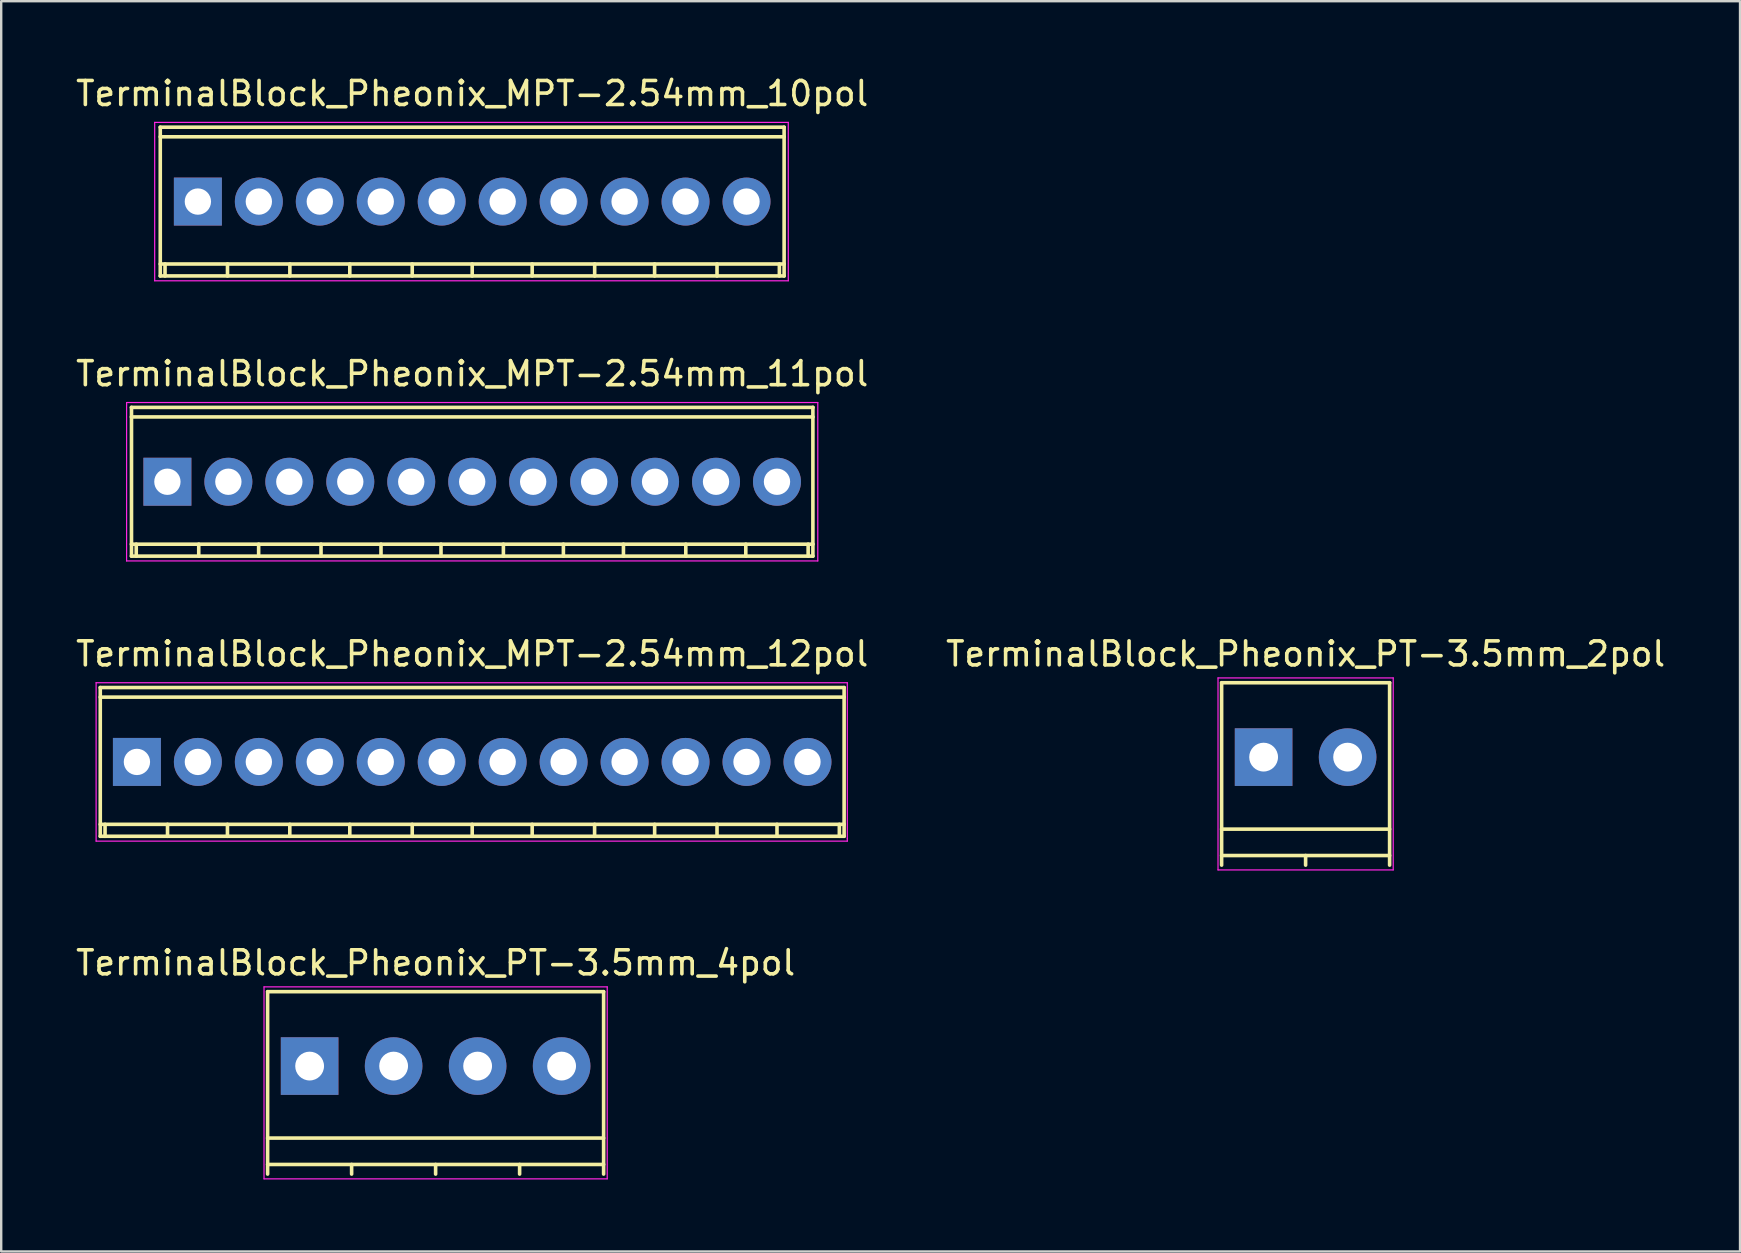
<source format=kicad_pcb>
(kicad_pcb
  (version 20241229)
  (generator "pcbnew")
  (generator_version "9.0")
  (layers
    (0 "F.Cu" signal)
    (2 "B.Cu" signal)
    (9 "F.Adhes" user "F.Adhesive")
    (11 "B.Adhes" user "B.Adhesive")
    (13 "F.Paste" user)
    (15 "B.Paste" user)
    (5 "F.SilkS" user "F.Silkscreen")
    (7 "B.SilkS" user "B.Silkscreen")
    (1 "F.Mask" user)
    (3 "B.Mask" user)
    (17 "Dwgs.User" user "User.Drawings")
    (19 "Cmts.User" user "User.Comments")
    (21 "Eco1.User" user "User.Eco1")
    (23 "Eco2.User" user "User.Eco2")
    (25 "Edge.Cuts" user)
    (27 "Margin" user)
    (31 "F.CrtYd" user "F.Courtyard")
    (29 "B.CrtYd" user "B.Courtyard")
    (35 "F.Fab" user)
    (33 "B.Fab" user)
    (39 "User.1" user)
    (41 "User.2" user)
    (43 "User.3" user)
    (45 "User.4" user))
  (footprint "TerminalBlock_Pheonix_MPT-2.54mm_12pol"
    (layer "F.Cu")
    (at 2.655 28.697)
    (property "Reference" "TerminalBlock_Pheonix_MPT-2.54mm_12pol" (at 13.97 -4.501 0) (layer "F.SilkS") (effects (font (size 1 1) (thickness 0.15))))
    (attr through_hole)
    (fp_line (start -1.529 -3.099) (end 29.469 -3.099) (stroke (width 0.15) (type solid)) (layer "F.SilkS"))
    (fp_line (start -1.529 2.601) (end 29.469 2.601) (stroke (width 0.15) (type solid)) (layer "F.SilkS"))
    (fp_line (start -1.527 -3.099) (end -1.527 3.099) (stroke (width 0.15) (type solid)) (layer "F.SilkS"))
    (fp_line (start -1.328 3.099) (end -1.328 2.601) (stroke (width 0.15) (type solid)) (layer "F.SilkS"))
    (fp_line (start 1.275 3.099) (end 1.275 2.601) (stroke (width 0.15) (type solid)) (layer "F.SilkS"))
    (fp_line (start 3.772 2.601) (end 3.772 3.099) (stroke (width 0.15) (type solid)) (layer "F.SilkS"))
    (fp_line (start 6.37 2.601) (end 6.37 3.099) (stroke (width 0.15) (type solid)) (layer "F.SilkS"))
    (fp_line (start 8.87 2.601) (end 8.87 3.099) (stroke (width 0.15) (type solid)) (layer "F.SilkS"))
    (fp_line (start 11.471 2.601) (end 11.471 3.099) (stroke (width 0.15) (type solid)) (layer "F.SilkS"))
    (fp_line (start 13.97 2.601) (end 13.97 3.099) (stroke (width 0.15) (type solid)) (layer "F.SilkS"))
    (fp_line (start 16.469 2.601) (end 16.469 3.099) (stroke (width 0.15) (type solid)) (layer "F.SilkS"))
    (fp_line (start 19.07 2.601) (end 19.07 3.099) (stroke (width 0.15) (type solid)) (layer "F.SilkS"))
    (fp_line (start 21.572 2.601) (end 21.572 3.099) (stroke (width 0.15) (type solid)) (layer "F.SilkS"))
    (fp_line (start 24.171 2.601) (end 24.171 3.099) (stroke (width 0.15) (type solid)) (layer "F.SilkS"))
    (fp_line (start 26.67 2.601) (end 26.67 3.099) (stroke (width 0.15) (type solid)) (layer "F.SilkS"))
    (fp_line (start 29.268 2.601) (end 29.268 3.099) (stroke (width 0.15) (type solid)) (layer "F.SilkS"))
    (fp_line (start 29.467 3.099) (end 29.467 -3.099) (stroke (width 0.15) (type solid)) (layer "F.SilkS"))
    (fp_line (start 29.469 -2.7) (end -1.529 -2.7) (stroke (width 0.15) (type solid)) (layer "F.SilkS"))
    (fp_line (start 29.469 3.099) (end -1.529 3.099) (stroke (width 0.15) (type solid)) (layer "F.SilkS"))
    (fp_line (start -1.7 -3.3) (end 29.6 -3.3) (stroke (width 0.05) (type solid)) (layer "F.CrtYd"))
    (fp_line (start -1.7 3.3) (end -1.7 -3.3) (stroke (width 0.05) (type solid)) (layer "F.CrtYd"))
    (fp_line (start 29.6 -3.3) (end 29.6 3.2) (stroke (width 0.05) (type solid)) (layer "F.CrtYd"))
    (fp_line (start 29.6 3.2) (end 29.6 3.3) (stroke (width 0.05) (type solid)) (layer "F.CrtYd"))
    (fp_line (start 29.6 3.3) (end -1.7 3.3) (stroke (width 0.05) (type solid)) (layer "F.CrtYd"))
    (pad "1" thru_hole rect (at 0 0 180) (size 1.999 1.999) (drill 1.097) (layers "*.Cu" "*.Mask"))
    (pad "2" thru_hole oval (at 2.54 0 180) (size 1.999 1.999) (drill 1.097) (layers "*.Cu" "*.Mask"))
    (pad "3" thru_hole oval (at 5.08 0 180) (size 1.999 1.999) (drill 1.097) (layers "*.Cu" "*.Mask"))
    (pad "4" thru_hole oval (at 7.62 0 180) (size 1.999 1.999) (drill 1.097) (layers "*.Cu" "*.Mask"))
    (pad "5" thru_hole oval (at 10.16 0 180) (size 1.999 1.999) (drill 1.097) (layers "*.Cu" "*.Mask"))
    (pad "6" thru_hole oval (at 12.7 0 180) (size 1.999 1.999) (drill 1.097) (layers "*.Cu" "*.Mask"))
    (pad "7" thru_hole oval (at 15.24 0 180) (size 1.999 1.999) (drill 1.097) (layers "*.Cu" "*.Mask"))
    (pad "8" thru_hole oval (at 17.78 0 180) (size 1.999 1.999) (drill 1.097) (layers "*.Cu" "*.Mask"))
    (pad "9" thru_hole oval (at 20.32 0 180) (size 1.999 1.999) (drill 1.097) (layers "*.Cu" "*.Mask"))
    (pad "10" thru_hole oval (at 22.86 0 180) (size 1.999 1.999) (drill 1.097) (layers "*.Cu" "*.Mask"))
    (pad "11" thru_hole oval (at 25.4 0 180) (size 1.999 1.999) (drill 1.097) (layers "*.Cu" "*.Mask"))
    (pad "12" thru_hole oval (at 27.94 0 180) (size 1.999 1.999) (drill 1.097) (layers "*.Cu" "*.Mask")))
  (footprint "TerminalBlock_Pheonix_MPT-2.54mm_11pol"
    (layer "F.Cu")
    (at 3.925 17.023)
    (property "Reference" "TerminalBlock_Pheonix_MPT-2.54mm_11pol" (at 12.7 -4.501 0) (layer "F.SilkS") (effects (font (size 1 1) (thickness 0.15))))
    (attr through_hole)
    (fp_line (start -1.501 -3.099) (end 26.901 -3.099) (stroke (width 0.15) (type solid)) (layer "F.SilkS"))
    (fp_line (start -1.501 3.099) (end 26.901 3.099) (stroke (width 0.15) (type solid)) (layer "F.SilkS"))
    (fp_line (start -1.496 -3.099) (end -1.496 3.099) (stroke (width 0.15) (type solid)) (layer "F.SilkS"))
    (fp_line (start -1.298 3.099) (end -1.298 2.601) (stroke (width 0.15) (type solid)) (layer "F.SilkS"))
    (fp_line (start 1.306 3.099) (end 1.306 2.601) (stroke (width 0.15) (type solid)) (layer "F.SilkS"))
    (fp_line (start 3.802 2.601) (end 3.802 3.099) (stroke (width 0.15) (type solid)) (layer "F.SilkS"))
    (fp_line (start 6.401 2.601) (end 6.401 3.099) (stroke (width 0.15) (type solid)) (layer "F.SilkS"))
    (fp_line (start 8.9 2.601) (end 8.9 3.099) (stroke (width 0.15) (type solid)) (layer "F.SilkS"))
    (fp_line (start 11.4 2.601) (end 11.4 3.099) (stroke (width 0.15) (type solid)) (layer "F.SilkS"))
    (fp_line (start 14 2.601) (end 14 3.099) (stroke (width 0.15) (type solid)) (layer "F.SilkS"))
    (fp_line (start 16.5 2.601) (end 16.5 3.099) (stroke (width 0.15) (type solid)) (layer "F.SilkS"))
    (fp_line (start 19.002 2.601) (end 19.002 3.099) (stroke (width 0.15) (type solid)) (layer "F.SilkS"))
    (fp_line (start 21.6 2.601) (end 21.6 3.099) (stroke (width 0.15) (type solid)) (layer "F.SilkS"))
    (fp_line (start 24.1 2.601) (end 24.1 3.099) (stroke (width 0.15) (type solid)) (layer "F.SilkS"))
    (fp_line (start 26.698 2.601) (end 26.698 3.099) (stroke (width 0.15) (type solid)) (layer "F.SilkS"))
    (fp_line (start 26.896 3.099) (end 26.896 -3.099) (stroke (width 0.15) (type solid)) (layer "F.SilkS"))
    (fp_line (start 26.901 -2.7) (end -1.501 -2.7) (stroke (width 0.15) (type solid)) (layer "F.SilkS"))
    (fp_line (start 26.901 2.601) (end -1.501 2.601) (stroke (width 0.15) (type solid)) (layer "F.SilkS"))
    (fp_line (start -1.7 -3.3) (end 27.1 -3.3) (stroke (width 0.05) (type solid)) (layer "F.CrtYd"))
    (fp_line (start -1.7 -3.2) (end -1.7 -3.3) (stroke (width 0.05) (type solid)) (layer "F.CrtYd"))
    (fp_line (start -1.7 3.3) (end -1.7 -3.2) (stroke (width 0.05) (type solid)) (layer "F.CrtYd"))
    (fp_line (start 27.1 -3.3) (end 27.1 3.3) (stroke (width 0.05) (type solid)) (layer "F.CrtYd"))
    (fp_line (start 27.1 3.3) (end -1.7 3.3) (stroke (width 0.05) (type solid)) (layer "F.CrtYd"))
    (pad "1" thru_hole rect (at 0 0 180) (size 1.999 1.999) (drill 1.097) (layers "*.Cu" "*.Mask"))
    (pad "2" thru_hole oval (at 2.54 0 180) (size 1.999 1.999) (drill 1.097) (layers "*.Cu" "*.Mask"))
    (pad "3" thru_hole oval (at 5.08 0 180) (size 1.999 1.999) (drill 1.097) (layers "*.Cu" "*.Mask"))
    (pad "4" thru_hole oval (at 7.62 0 180) (size 1.999 1.999) (drill 1.097) (layers "*.Cu" "*.Mask"))
    (pad "5" thru_hole oval (at 10.16 0 180) (size 1.999 1.999) (drill 1.097) (layers "*.Cu" "*.Mask"))
    (pad "6" thru_hole oval (at 12.7 0 180) (size 1.999 1.999) (drill 1.097) (layers "*.Cu" "*.Mask"))
    (pad "7" thru_hole oval (at 15.24 0 180) (size 1.999 1.999) (drill 1.097) (layers "*.Cu" "*.Mask"))
    (pad "8" thru_hole oval (at 17.78 0 180) (size 1.999 1.999) (drill 1.097) (layers "*.Cu" "*.Mask"))
    (pad "9" thru_hole oval (at 20.32 0 180) (size 1.999 1.999) (drill 1.097) (layers "*.Cu" "*.Mask"))
    (pad "10" thru_hole oval (at 22.86 0 180) (size 1.999 1.999) (drill 1.097) (layers "*.Cu" "*.Mask"))
    (pad "11" thru_hole oval (at 25.4 0 180) (size 1.999 1.999) (drill 1.097) (layers "*.Cu" "*.Mask")))
  (footprint "TerminalBlock_Pheonix_MPT-2.54mm_10pol"
    (layer "F.Cu")
    (at 5.195 5.349)
    (property "Reference" "TerminalBlock_Pheonix_MPT-2.54mm_10pol" (at 11.43 -4.501 0) (layer "F.SilkS") (effects (font (size 1 1) (thickness 0.15))))
    (attr through_hole)
    (fp_line (start -1.57 -3.099) (end 24.43 -3.099) (stroke (width 0.15) (type solid)) (layer "F.SilkS"))
    (fp_line (start -1.57 3.099) (end 24.43 3.099) (stroke (width 0.15) (type solid)) (layer "F.SilkS"))
    (fp_line (start -1.567 -3.099) (end -1.567 3.099) (stroke (width 0.15) (type solid)) (layer "F.SilkS"))
    (fp_line (start -1.369 3.099) (end -1.369 2.601) (stroke (width 0.15) (type solid)) (layer "F.SilkS"))
    (fp_line (start 1.234 3.099) (end 1.234 2.601) (stroke (width 0.15) (type solid)) (layer "F.SilkS"))
    (fp_line (start 3.833 2.601) (end 3.833 3.099) (stroke (width 0.15) (type solid)) (layer "F.SilkS"))
    (fp_line (start 6.33 2.601) (end 6.33 3.099) (stroke (width 0.15) (type solid)) (layer "F.SilkS"))
    (fp_line (start 8.931 2.601) (end 8.931 3.099) (stroke (width 0.15) (type solid)) (layer "F.SilkS"))
    (fp_line (start 11.43 2.601) (end 11.43 3.099) (stroke (width 0.15) (type solid)) (layer "F.SilkS"))
    (fp_line (start 13.929 2.601) (end 13.929 3.099) (stroke (width 0.15) (type solid)) (layer "F.SilkS"))
    (fp_line (start 16.533 2.601) (end 16.533 3.099) (stroke (width 0.15) (type solid)) (layer "F.SilkS"))
    (fp_line (start 19.03 2.601) (end 19.03 3.099) (stroke (width 0.15) (type solid)) (layer "F.SilkS"))
    (fp_line (start 21.631 2.601) (end 21.631 3.099) (stroke (width 0.15) (type solid)) (layer "F.SilkS"))
    (fp_line (start 24.229 2.601) (end 24.229 3.099) (stroke (width 0.15) (type solid)) (layer "F.SilkS"))
    (fp_line (start 24.427 3.099) (end 24.427 -3.099) (stroke (width 0.15) (type solid)) (layer "F.SilkS"))
    (fp_line (start 24.43 -2.7) (end -1.57 -2.7) (stroke (width 0.15) (type solid)) (layer "F.SilkS"))
    (fp_line (start 24.43 2.601) (end -1.57 2.601) (stroke (width 0.15) (type solid)) (layer "F.SilkS"))
    (fp_line (start -1.8 -3.3) (end 24.6 -3.3) (stroke (width 0.05) (type solid)) (layer "F.CrtYd"))
    (fp_line (start -1.8 3.3) (end -1.8 -3.3) (stroke (width 0.05) (type solid)) (layer "F.CrtYd"))
    (fp_line (start 24.6 -3.3) (end 24.6 3.3) (stroke (width 0.05) (type solid)) (layer "F.CrtYd"))
    (fp_line (start 24.6 3.3) (end -1.8 3.3) (stroke (width 0.05) (type solid)) (layer "F.CrtYd"))
    (pad "1" thru_hole rect (at 0 0 180) (size 1.999 1.999) (drill 1.097) (layers "*.Cu" "*.Mask"))
    (pad "2" thru_hole oval (at 2.54 0 180) (size 1.999 1.999) (drill 1.097) (layers "*.Cu" "*.Mask"))
    (pad "3" thru_hole oval (at 5.08 0 180) (size 1.999 1.999) (drill 1.097) (layers "*.Cu" "*.Mask"))
    (pad "4" thru_hole oval (at 7.62 0 180) (size 1.999 1.999) (drill 1.097) (layers "*.Cu" "*.Mask"))
    (pad "5" thru_hole oval (at 10.16 0 180) (size 1.999 1.999) (drill 1.097) (layers "*.Cu" "*.Mask"))
    (pad "6" thru_hole oval (at 12.7 0 180) (size 1.999 1.999) (drill 1.097) (layers "*.Cu" "*.Mask"))
    (pad "7" thru_hole oval (at 15.24 0 180) (size 1.999 1.999) (drill 1.097) (layers "*.Cu" "*.Mask"))
    (pad "8" thru_hole oval (at 17.78 0 180) (size 1.999 1.999) (drill 1.097) (layers "*.Cu" "*.Mask"))
    (pad "9" thru_hole oval (at 20.32 0 180) (size 1.999 1.999) (drill 1.097) (layers "*.Cu" "*.Mask"))
    (pad "10" thru_hole oval (at 22.86 0 180) (size 1.999 1.999) (drill 1.097) (layers "*.Cu" "*.Mask")))
  (footprint "TerminalBlock_Pheonix_PT-3.5mm_2pol"
    (layer "F.Cu")
    (at 49.601 28.497)
    (property "Reference" "TerminalBlock_Pheonix_PT-3.5mm_2pol" (at 1.75 -4.3 0) (layer "F.SilkS") (effects (font (size 1 1) (thickness 0.15))))
    (attr through_hole)
    (fp_line (start -1.75 -3.1) (end -1.75 4.5) (stroke (width 0.15) (type solid)) (layer "F.SilkS"))
    (fp_line (start -1.75 3) (end 5.25 3) (stroke (width 0.15) (type solid)) (layer "F.SilkS"))
    (fp_line (start -1.75 4.1) (end 5.25 4.1) (stroke (width 0.15) (type solid)) (layer "F.SilkS"))
    (fp_line (start 1.75 4.1) (end 1.75 4.5) (stroke (width 0.15) (type solid)) (layer "F.SilkS"))
    (fp_line (start 5.25 -3.1) (end -1.75 -3.1) (stroke (width 0.15) (type solid)) (layer "F.SilkS"))
    (fp_line (start 5.25 4.5) (end 5.25 -3.1) (stroke (width 0.15) (type solid)) (layer "F.SilkS"))
    (fp_line (start -1.9 -3.3) (end 5.4 -3.3) (stroke (width 0.05) (type solid)) (layer "F.CrtYd"))
    (fp_line (start -1.9 4.7) (end -1.9 -3.3) (stroke (width 0.05) (type solid)) (layer "F.CrtYd"))
    (fp_line (start 5.4 -3.3) (end 5.4 4.7) (stroke (width 0.05) (type solid)) (layer "F.CrtYd"))
    (fp_line (start 5.4 4.7) (end -1.9 4.7) (stroke (width 0.05) (type solid)) (layer "F.CrtYd"))
    (pad "1" thru_hole rect (at 0 0) (size 2.4 2.4) (drill 1.2) (layers "*.Cu" "*.Mask"))
    (pad "2" thru_hole circle (at 3.5 0) (size 2.4 2.4) (drill 1.2) (layers "*.Cu" "*.Mask")))
  (footprint "TerminalBlock_Pheonix_PT-3.5mm_4pol"
    (layer "F.Cu")
    (at 9.851 41.37)
    (property "Reference" "TerminalBlock_Pheonix_PT-3.5mm_4pol" (at 5.25 -4.3 0) (layer "F.SilkS") (effects (font (size 1 1) (thickness 0.15))))
    (attr through_hole)
    (fp_line (start -1.75 -3.1) (end -1.75 4.5) (stroke (width 0.15) (type solid)) (layer "F.SilkS"))
    (fp_line (start -1.75 3) (end 12.25 3) (stroke (width 0.15) (type solid)) (layer "F.SilkS"))
    (fp_line (start -1.75 4.1) (end 12.25 4.1) (stroke (width 0.15) (type solid)) (layer "F.SilkS"))
    (fp_line (start 1.75 4.1) (end 1.75 4.5) (stroke (width 0.15) (type solid)) (layer "F.SilkS"))
    (fp_line (start 5.25 4.1) (end 5.25 4.5) (stroke (width 0.15) (type solid)) (layer "F.SilkS"))
    (fp_line (start 8.75 4.1) (end 8.75 4.5) (stroke (width 0.15) (type solid)) (layer "F.SilkS"))
    (fp_line (start 12.25 -3.1) (end -1.75 -3.1) (stroke (width 0.15) (type solid)) (layer "F.SilkS"))
    (fp_line (start 12.25 4.5) (end 12.25 -3.1) (stroke (width 0.15) (type solid)) (layer "F.SilkS"))
    (fp_line (start -1.9 -3.3) (end 12.4 -3.3) (stroke (width 0.05) (type solid)) (layer "F.CrtYd"))
    (fp_line (start -1.9 4.7) (end -1.9 -3.3) (stroke (width 0.05) (type solid)) (layer "F.CrtYd"))
    (fp_line (start 12.4 -3.3) (end 12.4 4.7) (stroke (width 0.05) (type solid)) (layer "F.CrtYd"))
    (fp_line (start 12.4 4.7) (end -1.9 4.7) (stroke (width 0.05) (type solid)) (layer "F.CrtYd"))
    (pad "1" thru_hole rect (at 0 0) (size 2.4 2.4) (drill 1.2) (layers "*.Cu" "*.Mask"))
    (pad "2" thru_hole circle (at 3.5 0) (size 2.4 2.4) (drill 1.2) (layers "*.Cu" "*.Mask"))
    (pad "3" thru_hole circle (at 7 0) (size 2.4 2.4) (drill 1.2) (layers "*.Cu" "*.Mask"))
    (pad "4" thru_hole circle (at 10.5 0) (size 2.4 2.4) (drill 1.2) (layers "*.Cu" "*.Mask")))
  (gr_rect
    (start -3 -3)
    (end 69.452 49.095)
    (stroke (width 0.1) (type default))
    (fill no)
    (layer "Edge.Cuts")))
</source>
